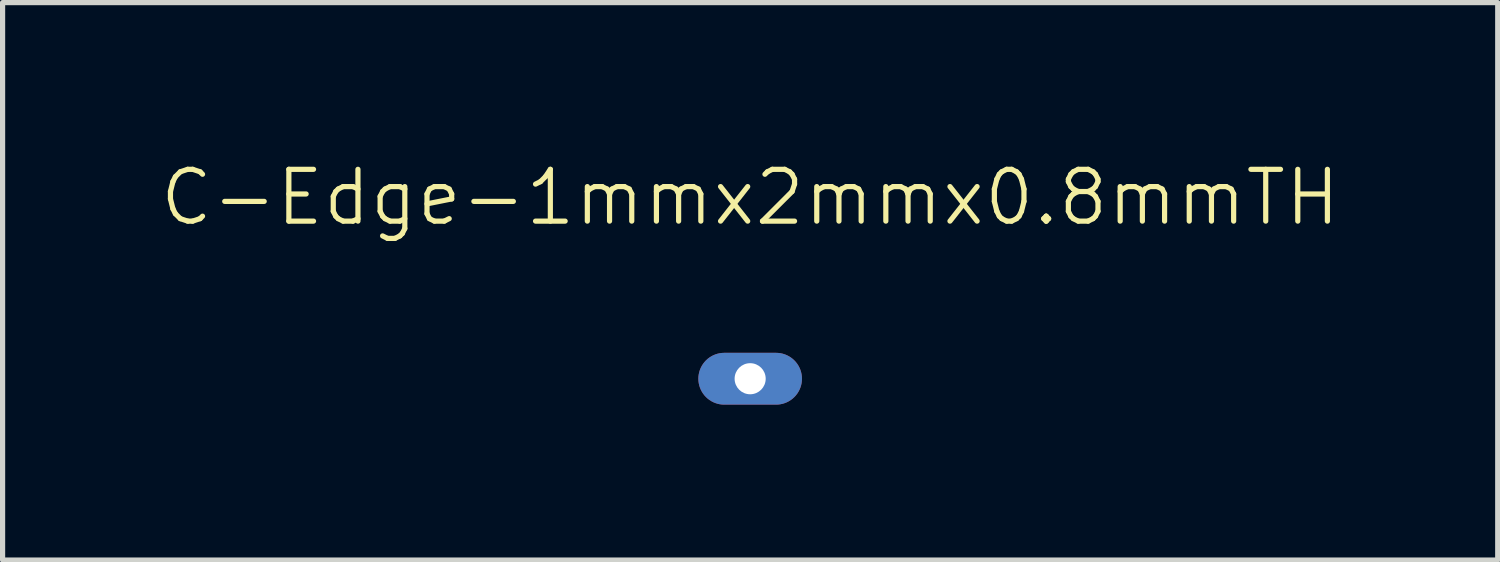
<source format=kicad_pcb>
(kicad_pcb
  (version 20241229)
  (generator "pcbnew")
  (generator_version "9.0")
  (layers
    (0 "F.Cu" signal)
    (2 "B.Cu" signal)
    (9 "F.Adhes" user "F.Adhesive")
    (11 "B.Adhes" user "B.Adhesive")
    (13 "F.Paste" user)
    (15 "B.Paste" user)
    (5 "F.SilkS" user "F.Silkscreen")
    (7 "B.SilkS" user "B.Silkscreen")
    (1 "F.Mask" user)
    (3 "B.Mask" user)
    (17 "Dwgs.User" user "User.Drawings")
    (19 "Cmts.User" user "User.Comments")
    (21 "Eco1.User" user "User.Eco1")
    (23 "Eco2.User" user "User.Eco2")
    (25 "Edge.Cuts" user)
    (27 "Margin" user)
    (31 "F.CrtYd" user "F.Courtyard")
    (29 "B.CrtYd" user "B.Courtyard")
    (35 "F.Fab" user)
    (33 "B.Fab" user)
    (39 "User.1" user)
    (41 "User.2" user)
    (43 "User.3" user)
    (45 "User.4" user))
  (footprint "C-Edge-1mmx2mmx0.8mmTH"
    (layer "F.Cu")
    (at 11.431 4.261)
    (property "Reference" "C-Edge-1mmx2mmx0.8mmTH" (at 0 -3.5 0) (unlocked yes) (layer "F.SilkS") (effects (font (size 1 1) (thickness 0.1))))
    (attr through_hole board_only)
    (pad "" thru_hole oval (at 0 0) (size 2 1) (drill 0.6) (property pad_prop_castellated) (layers "*.Cu" "*.Mask")))
  (gr_rect
    (start -3 -3)
    (end 25.862 7.761)
    (stroke (width 0.1) (type default))
    (fill no)
    (layer "Edge.Cuts")))
</source>
